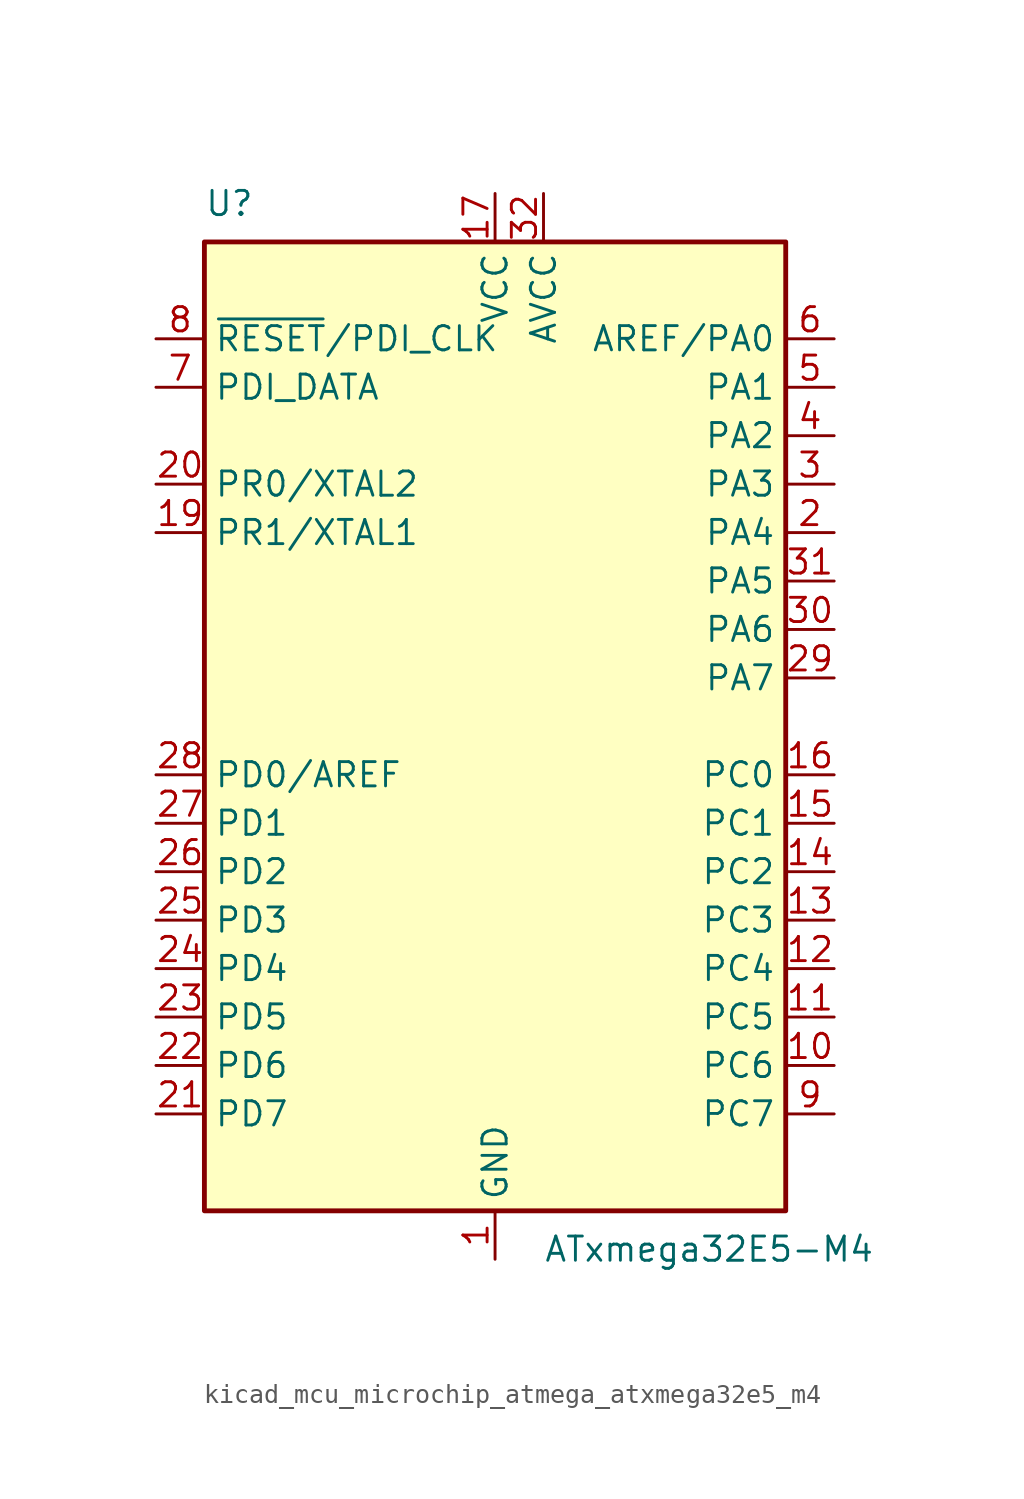
<source format=kicad_sym>
(kicad_symbol_lib
  (version 20220914)
  (generator kicad_symbol_editor)
  (symbol "kicad_mcu_microchip_atmega_atxmega32e5_m4"
    (property "Reference" "U"
      (at -15.24 26.67 0)
      (effects (font (size 1.27 1.27)) (justify left bottom)))
    (property "Value" "ATxmega32E5-M4"
      (at 2.54 -26.67 0)
      (effects (font (size 1.27 1.27)) (justify left top)))
    (symbol "kicad_mcu_microchip_atmega_atxmega32e5_m4_0_1"
      (rectangle (start -15.24 -25.4) (end 15.24 25.4) (stroke (width 0.254) (type default)) (fill (type background))))
    (symbol "kicad_mcu_microchip_atmega_atxmega32e5_m4_1_1"
      (pin power_in line (at 0 -27.94 90) (length 2.54) (name "GND" (effects (font (size 1.27 1.27)))) (number "1" (effects (font (size 1.27 1.27)))))
      (pin bidirectional line (at 17.78 -17.78 180) (length 2.54) (name "PC6" (effects (font (size 1.27 1.27)))) (number "10" (effects (font (size 1.27 1.27)))))
      (pin bidirectional line (at 17.78 -15.24 180) (length 2.54) (name "PC5" (effects (font (size 1.27 1.27)))) (number "11" (effects (font (size 1.27 1.27)))))
      (pin bidirectional line (at 17.78 -12.7 180) (length 2.54) (name "PC4" (effects (font (size 1.27 1.27)))) (number "12" (effects (font (size 1.27 1.27)))))
      (pin bidirectional line (at 17.78 -10.16 180) (length 2.54) (name "PC3" (effects (font (size 1.27 1.27)))) (number "13" (effects (font (size 1.27 1.27)))))
      (pin bidirectional line (at 17.78 -7.62 180) (length 2.54) (name "PC2" (effects (font (size 1.27 1.27)))) (number "14" (effects (font (size 1.27 1.27)))))
      (pin bidirectional line (at 17.78 -5.08 180) (length 2.54) (name "PC1" (effects (font (size 1.27 1.27)))) (number "15" (effects (font (size 1.27 1.27)))))
      (pin bidirectional line (at 17.78 -2.54 180) (length 2.54) (name "PC0" (effects (font (size 1.27 1.27)))) (number "16" (effects (font (size 1.27 1.27)))))
      (pin power_in line (at 0 27.94 270) (length 2.54) (name "VCC" (effects (font (size 1.27 1.27)))) (number "17" (effects (font (size 1.27 1.27)))))
      (pin passive line (at 0 -27.94 90) (length 2.54) hide (name "GND" (effects (font (size 1.27 1.27)))) (number "18" (effects (font (size 1.27 1.27)))))
      (pin bidirectional line (at -17.78 10.16 0) (length 2.54) (name "PR1/XTAL1" (effects (font (size 1.27 1.27)))) (number "19" (effects (font (size 1.27 1.27)))))
      (pin bidirectional line (at 17.78 10.16 180) (length 2.54) (name "PA4" (effects (font (size 1.27 1.27)))) (number "2" (effects (font (size 1.27 1.27)))))
      (pin bidirectional line (at -17.78 12.7 0) (length 2.54) (name "PR0/XTAL2" (effects (font (size 1.27 1.27)))) (number "20" (effects (font (size 1.27 1.27)))))
      (pin bidirectional line (at -17.78 -20.32 0) (length 2.54) (name "PD7" (effects (font (size 1.27 1.27)))) (number "21" (effects (font (size 1.27 1.27)))))
      (pin bidirectional line (at -17.78 -17.78 0) (length 2.54) (name "PD6" (effects (font (size 1.27 1.27)))) (number "22" (effects (font (size 1.27 1.27)))))
      (pin bidirectional line (at -17.78 -15.24 0) (length 2.54) (name "PD5" (effects (font (size 1.27 1.27)))) (number "23" (effects (font (size 1.27 1.27)))))
      (pin bidirectional line (at -17.78 -12.7 0) (length 2.54) (name "PD4" (effects (font (size 1.27 1.27)))) (number "24" (effects (font (size 1.27 1.27)))))
      (pin bidirectional line (at -17.78 -10.16 0) (length 2.54) (name "PD3" (effects (font (size 1.27 1.27)))) (number "25" (effects (font (size 1.27 1.27)))))
      (pin bidirectional line (at -17.78 -7.62 0) (length 2.54) (name "PD2" (effects (font (size 1.27 1.27)))) (number "26" (effects (font (size 1.27 1.27)))))
      (pin bidirectional line (at -17.78 -5.08 0) (length 2.54) (name "PD1" (effects (font (size 1.27 1.27)))) (number "27" (effects (font (size 1.27 1.27)))))
      (pin bidirectional line (at -17.78 -2.54 0) (length 2.54) (name "PD0/AREF" (effects (font (size 1.27 1.27)))) (number "28" (effects (font (size 1.27 1.27)))))
      (pin bidirectional line (at 17.78 2.54 180) (length 2.54) (name "PA7" (effects (font (size 1.27 1.27)))) (number "29" (effects (font (size 1.27 1.27)))))
      (pin bidirectional line (at 17.78 12.7 180) (length 2.54) (name "PA3" (effects (font (size 1.27 1.27)))) (number "3" (effects (font (size 1.27 1.27)))))
      (pin bidirectional line (at 17.78 5.08 180) (length 2.54) (name "PA6" (effects (font (size 1.27 1.27)))) (number "30" (effects (font (size 1.27 1.27)))))
      (pin bidirectional line (at 17.78 7.62 180) (length 2.54) (name "PA5" (effects (font (size 1.27 1.27)))) (number "31" (effects (font (size 1.27 1.27)))))
      (pin power_in line (at 2.54 27.94 270) (length 2.54) (name "AVCC" (effects (font (size 1.27 1.27)))) (number "32" (effects (font (size 1.27 1.27)))))
      (pin passive line (at 0 -27.94 90) (length 2.54) hide (name "GND" (effects (font (size 1.27 1.27)))) (number "33" (effects (font (size 1.27 1.27)))))
      (pin bidirectional line (at 17.78 15.24 180) (length 2.54) (name "PA2" (effects (font (size 1.27 1.27)))) (number "4" (effects (font (size 1.27 1.27)))))
      (pin bidirectional line (at 17.78 17.78 180) (length 2.54) (name "PA1" (effects (font (size 1.27 1.27)))) (number "5" (effects (font (size 1.27 1.27)))))
      (pin bidirectional line (at 17.78 20.32 180) (length 2.54) (name "AREF/PA0" (effects (font (size 1.27 1.27)))) (number "6" (effects (font (size 1.27 1.27)))))
      (pin bidirectional line (at -17.78 17.78 0) (length 2.54) (name "PDI_DATA" (effects (font (size 1.27 1.27)))) (number "7" (effects (font (size 1.27 1.27)))))
      (pin input line (at -17.78 20.32 0) (length 2.54) (name "~{RESET}/PDI_CLK" (effects (font (size 1.27 1.27)))) (number "8" (effects (font (size 1.27 1.27)))))
      (pin bidirectional line (at 17.78 -20.32 180) (length 2.54) (name "PC7" (effects (font (size 1.27 1.27)))) (number "9" (effects (font (size 1.27 1.27))))))))
</source>
